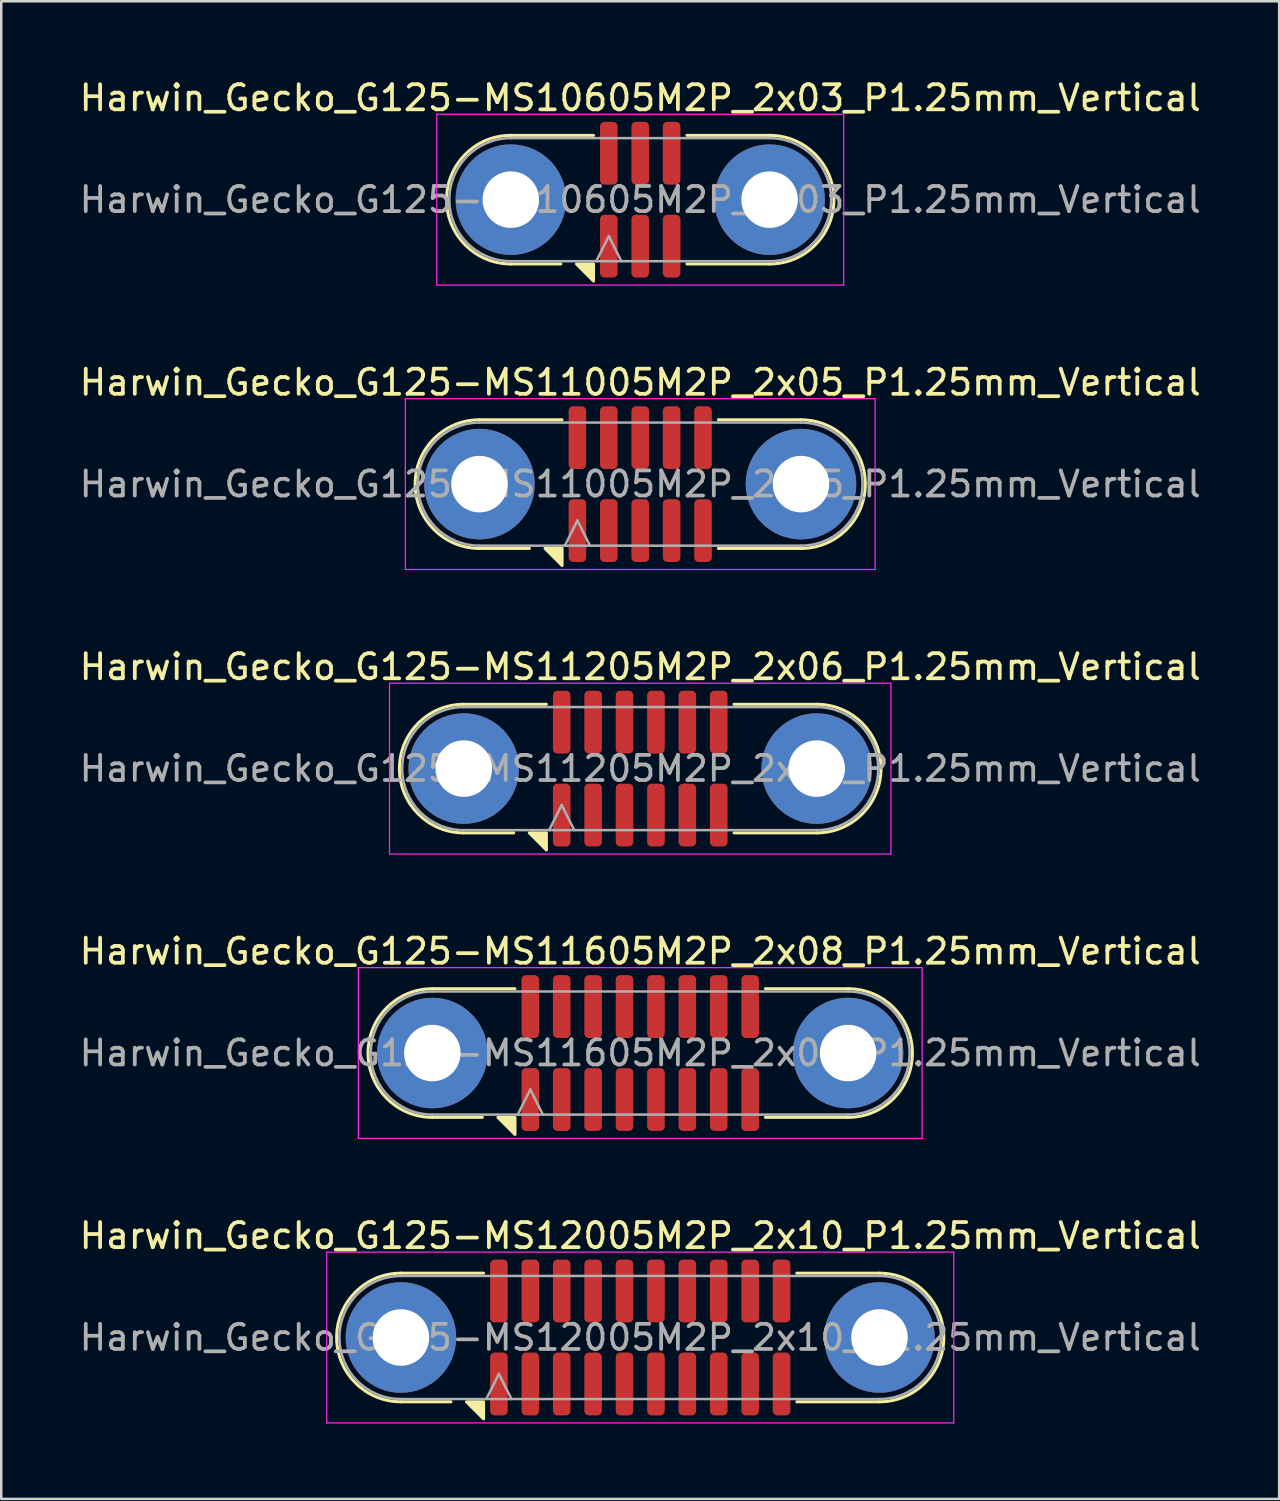
<source format=kicad_pcb>
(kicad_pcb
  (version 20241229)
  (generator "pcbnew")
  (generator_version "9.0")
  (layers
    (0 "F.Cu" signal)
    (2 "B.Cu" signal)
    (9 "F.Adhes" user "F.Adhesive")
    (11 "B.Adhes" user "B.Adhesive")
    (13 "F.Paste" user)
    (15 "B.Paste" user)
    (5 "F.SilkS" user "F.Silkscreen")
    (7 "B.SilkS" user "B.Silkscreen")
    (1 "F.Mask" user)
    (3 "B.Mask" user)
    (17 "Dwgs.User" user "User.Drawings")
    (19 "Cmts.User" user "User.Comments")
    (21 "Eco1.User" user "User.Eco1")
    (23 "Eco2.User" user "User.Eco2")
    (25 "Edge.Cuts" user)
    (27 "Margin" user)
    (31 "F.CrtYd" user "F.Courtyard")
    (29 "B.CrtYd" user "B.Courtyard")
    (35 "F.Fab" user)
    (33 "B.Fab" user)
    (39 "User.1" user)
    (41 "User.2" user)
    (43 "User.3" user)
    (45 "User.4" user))
  (footprint "Harwin_Gecko_G125-MS11605M2P_2x08_P1.25mm_Vertical"
    (layer "F.Cu")
    (at 22.435 38.868)
    (property "Reference" "Harwin_Gecko_G125-MS11605M2P_2x08_P1.25mm_Vertical" (at 0 -4.05 0) (layer "F.SilkS") (effects (font (size 1 1) (thickness 0.15))))
    (attr smd)
    (fp_line (start -6.285 2.56) (end -8.275 2.56) (stroke (width 0.12) (type solid)) (layer "F.SilkS"))
    (fp_line (start -4.985 -2.56) (end -8.275 -2.56) (stroke (width 0.12) (type solid)) (layer "F.SilkS"))
    (fp_line (start 4.985 -2.56) (end 8.275 -2.56) (stroke (width 0.12) (type solid)) (layer "F.SilkS"))
    (fp_line (start 4.985 2.56) (end 8.275 2.56) (stroke (width 0.12) (type solid)) (layer "F.SilkS"))
    (fp_arc (start -8.275 2.56) (mid -10.835 0) (end -8.275 -2.56) (stroke (width 0.12) (type solid)) (layer "F.SilkS"))
    (fp_arc (start 8.275 -2.56) (mid 10.835 0) (end 8.275 2.56) (stroke (width 0.12) (type solid)) (layer "F.SilkS"))
    (fp_poly (pts (xy -4.985 2.56) (xy -4.985 3.24) (xy -5.665 2.56)) (stroke (width 0.12) (type solid)) (fill yes) (layer "F.SilkS"))
    (fp_line (start -11.22 -3.4) (end -11.22 3.4) (stroke (width 0.05) (type solid)) (layer "F.CrtYd"))
    (fp_line (start -11.22 3.4) (end 11.22 3.4) (stroke (width 0.05) (type solid)) (layer "F.CrtYd"))
    (fp_line (start 11.22 -3.4) (end -11.22 -3.4) (stroke (width 0.05) (type solid)) (layer "F.CrtYd"))
    (fp_line (start 11.22 3.4) (end 11.22 -3.4) (stroke (width 0.05) (type solid)) (layer "F.CrtYd"))
    (fp_line (start -8.275 -2.45) (end 8.275 -2.45) (stroke (width 0.1) (type solid)) (layer "F.Fab"))
    (fp_line (start -8.275 2.45) (end 8.275 2.45) (stroke (width 0.1) (type solid)) (layer "F.Fab"))
    (fp_line (start -4.875 2.45) (end -4.375 1.45) (stroke (width 0.1) (type solid)) (layer "F.Fab"))
    (fp_line (start -4.375 1.45) (end -3.875 2.45) (stroke (width 0.1) (type solid)) (layer "F.Fab"))
    (fp_arc (start -8.275 2.45) (mid -10.725 0) (end -8.275 -2.45) (stroke (width 0.1) (type solid)) (layer "F.Fab"))
    (fp_arc (start 8.275 -2.45) (mid 10.725 0) (end 8.275 2.45) (stroke (width 0.1) (type solid)) (layer "F.Fab"))
    (fp_text user "${REFERENCE}" (at 0 0 0) (layer "F.Fab") (effects (font (size 1 1) (thickness 0.15))))
    (pad "1" smd roundrect (at -4.375 1.85) (size 0.7 2.5) (layers "F.Cu" "F.Mask" "F.Paste") (roundrect_rratio 0.25))
    (pad "2" smd roundrect (at -3.125 1.85) (size 0.7 2.5) (layers "F.Cu" "F.Mask" "F.Paste") (roundrect_rratio 0.25))
    (pad "3" smd roundrect (at -1.875 1.85) (size 0.7 2.5) (layers "F.Cu" "F.Mask" "F.Paste") (roundrect_rratio 0.25))
    (pad "4" smd roundrect (at -0.625 1.85) (size 0.7 2.5) (layers "F.Cu" "F.Mask" "F.Paste") (roundrect_rratio 0.25))
    (pad "5" smd roundrect (at 0.625 1.85) (size 0.7 2.5) (layers "F.Cu" "F.Mask" "F.Paste") (roundrect_rratio 0.25))
    (pad "6" smd roundrect (at 1.875 1.85) (size 0.7 2.5) (layers "F.Cu" "F.Mask" "F.Paste") (roundrect_rratio 0.25))
    (pad "7" smd roundrect (at 3.125 1.85) (size 0.7 2.5) (layers "F.Cu" "F.Mask" "F.Paste") (roundrect_rratio 0.25))
    (pad "8" smd roundrect (at 4.375 1.85) (size 0.7 2.5) (layers "F.Cu" "F.Mask" "F.Paste") (roundrect_rratio 0.25))
    (pad "9" smd roundrect (at -4.375 -1.85) (size 0.7 2.5) (layers "F.Cu" "F.Mask" "F.Paste") (roundrect_rratio 0.25))
    (pad "10" smd roundrect (at -3.125 -1.85) (size 0.7 2.5) (layers "F.Cu" "F.Mask" "F.Paste") (roundrect_rratio 0.25))
    (pad "11" smd roundrect (at -1.875 -1.85) (size 0.7 2.5) (layers "F.Cu" "F.Mask" "F.Paste") (roundrect_rratio 0.25))
    (pad "12" smd roundrect (at -0.625 -1.85) (size 0.7 2.5) (layers "F.Cu" "F.Mask" "F.Paste") (roundrect_rratio 0.25))
    (pad "13" smd roundrect (at 0.625 -1.85) (size 0.7 2.5) (layers "F.Cu" "F.Mask" "F.Paste") (roundrect_rratio 0.25))
    (pad "14" smd roundrect (at 1.875 -1.85) (size 0.7 2.5) (layers "F.Cu" "F.Mask" "F.Paste") (roundrect_rratio 0.25))
    (pad "15" smd roundrect (at 3.125 -1.85) (size 0.7 2.5) (layers "F.Cu" "F.Mask" "F.Paste") (roundrect_rratio 0.25))
    (pad "16" smd roundrect (at 4.375 -1.85) (size 0.7 2.5) (layers "F.Cu" "F.Mask" "F.Paste") (roundrect_rratio 0.25))
    (pad "MP" thru_hole circle (at -8.275 0) (size 4.4 4.4) (drill 2.25) (layers "*.Cu" "*.Mask"))
    (pad "MP" thru_hole circle (at 8.275 0) (size 4.4 4.4) (drill 2.25) (layers "*.Cu" "*.Mask")))
  (footprint "Harwin_Gecko_G125-MS11005M2P_2x05_P1.25mm_Vertical"
    (layer "F.Cu")
    (at 22.435 16.221)
    (property "Reference" "Harwin_Gecko_G125-MS11005M2P_2x05_P1.25mm_Vertical" (at 0 -4.05 0) (layer "F.SilkS") (effects (font (size 1 1) (thickness 0.15))))
    (attr smd)
    (fp_line (start -4.41 2.56) (end -6.4 2.56) (stroke (width 0.12) (type solid)) (layer "F.SilkS"))
    (fp_line (start -3.11 -2.56) (end -6.4 -2.56) (stroke (width 0.12) (type solid)) (layer "F.SilkS"))
    (fp_line (start 3.11 -2.56) (end 6.4 -2.56) (stroke (width 0.12) (type solid)) (layer "F.SilkS"))
    (fp_line (start 3.11 2.56) (end 6.4 2.56) (stroke (width 0.12) (type solid)) (layer "F.SilkS"))
    (fp_arc (start -6.4 2.56) (mid -8.96 0) (end -6.4 -2.56) (stroke (width 0.12) (type solid)) (layer "F.SilkS"))
    (fp_arc (start 6.4 -2.56) (mid 8.96 0) (end 6.4 2.56) (stroke (width 0.12) (type solid)) (layer "F.SilkS"))
    (fp_poly (pts (xy -3.11 2.56) (xy -3.11 3.24) (xy -3.79 2.56)) (stroke (width 0.12) (type solid)) (fill yes) (layer "F.SilkS"))
    (fp_line (start -9.35 -3.4) (end -9.35 3.4) (stroke (width 0.05) (type solid)) (layer "F.CrtYd"))
    (fp_line (start -9.35 3.4) (end 9.35 3.4) (stroke (width 0.05) (type solid)) (layer "F.CrtYd"))
    (fp_line (start 9.35 -3.4) (end -9.35 -3.4) (stroke (width 0.05) (type solid)) (layer "F.CrtYd"))
    (fp_line (start 9.35 3.4) (end 9.35 -3.4) (stroke (width 0.05) (type solid)) (layer "F.CrtYd"))
    (fp_line (start -6.4 -2.45) (end 6.4 -2.45) (stroke (width 0.1) (type solid)) (layer "F.Fab"))
    (fp_line (start -6.4 2.45) (end 6.4 2.45) (stroke (width 0.1) (type solid)) (layer "F.Fab"))
    (fp_line (start -3 2.45) (end -2.5 1.45) (stroke (width 0.1) (type solid)) (layer "F.Fab"))
    (fp_line (start -2.5 1.45) (end -2 2.45) (stroke (width 0.1) (type solid)) (layer "F.Fab"))
    (fp_arc (start -6.4 2.45) (mid -8.85 0) (end -6.4 -2.45) (stroke (width 0.1) (type solid)) (layer "F.Fab"))
    (fp_arc (start 6.4 -2.45) (mid 8.85 0) (end 6.4 2.45) (stroke (width 0.1) (type solid)) (layer "F.Fab"))
    (fp_text user "${REFERENCE}" (at 0 0 0) (layer "F.Fab") (effects (font (size 1 1) (thickness 0.15))))
    (pad "1" smd roundrect (at -2.5 1.85) (size 0.7 2.5) (layers "F.Cu" "F.Mask" "F.Paste") (roundrect_rratio 0.25))
    (pad "2" smd roundrect (at -1.25 1.85) (size 0.7 2.5) (layers "F.Cu" "F.Mask" "F.Paste") (roundrect_rratio 0.25))
    (pad "3" smd roundrect (at 0 1.85) (size 0.7 2.5) (layers "F.Cu" "F.Mask" "F.Paste") (roundrect_rratio 0.25))
    (pad "4" smd roundrect (at 1.25 1.85) (size 0.7 2.5) (layers "F.Cu" "F.Mask" "F.Paste") (roundrect_rratio 0.25))
    (pad "5" smd roundrect (at 2.5 1.85) (size 0.7 2.5) (layers "F.Cu" "F.Mask" "F.Paste") (roundrect_rratio 0.25))
    (pad "6" smd roundrect (at -2.5 -1.85) (size 0.7 2.5) (layers "F.Cu" "F.Mask" "F.Paste") (roundrect_rratio 0.25))
    (pad "7" smd roundrect (at -1.25 -1.85) (size 0.7 2.5) (layers "F.Cu" "F.Mask" "F.Paste") (roundrect_rratio 0.25))
    (pad "8" smd roundrect (at 0 -1.85) (size 0.7 2.5) (layers "F.Cu" "F.Mask" "F.Paste") (roundrect_rratio 0.25))
    (pad "9" smd roundrect (at 1.25 -1.85) (size 0.7 2.5) (layers "F.Cu" "F.Mask" "F.Paste") (roundrect_rratio 0.25))
    (pad "10" smd roundrect (at 2.5 -1.85) (size 0.7 2.5) (layers "F.Cu" "F.Mask" "F.Paste") (roundrect_rratio 0.25))
    (pad "MP" thru_hole circle (at -6.4 0) (size 4.4 4.4) (drill 2.25) (layers "*.Cu" "*.Mask"))
    (pad "MP" thru_hole circle (at 6.4 0) (size 4.4 4.4) (drill 2.25) (layers "*.Cu" "*.Mask")))
  (footprint "Harwin_Gecko_G125-MS11205M2P_2x06_P1.25mm_Vertical"
    (layer "F.Cu")
    (at 22.435 27.545)
    (property "Reference" "Harwin_Gecko_G125-MS11205M2P_2x06_P1.25mm_Vertical" (at 0 -4.05 0) (layer "F.SilkS") (effects (font (size 1 1) (thickness 0.15))))
    (attr smd)
    (fp_line (start -5.035 2.56) (end -7.025 2.56) (stroke (width 0.12) (type solid)) (layer "F.SilkS"))
    (fp_line (start -3.735 -2.56) (end -7.025 -2.56) (stroke (width 0.12) (type solid)) (layer "F.SilkS"))
    (fp_line (start 3.735 -2.56) (end 7.025 -2.56) (stroke (width 0.12) (type solid)) (layer "F.SilkS"))
    (fp_line (start 3.735 2.56) (end 7.025 2.56) (stroke (width 0.12) (type solid)) (layer "F.SilkS"))
    (fp_arc (start -7.025 2.56) (mid -9.585 0) (end -7.025 -2.56) (stroke (width 0.12) (type solid)) (layer "F.SilkS"))
    (fp_arc (start 7.025 -2.56) (mid 9.585 0) (end 7.025 2.56) (stroke (width 0.12) (type solid)) (layer "F.SilkS"))
    (fp_poly (pts (xy -3.735 2.56) (xy -3.735 3.24) (xy -4.415 2.56)) (stroke (width 0.12) (type solid)) (fill yes) (layer "F.SilkS"))
    (fp_line (start -9.98 -3.4) (end -9.98 3.4) (stroke (width 0.05) (type solid)) (layer "F.CrtYd"))
    (fp_line (start -9.98 3.4) (end 9.98 3.4) (stroke (width 0.05) (type solid)) (layer "F.CrtYd"))
    (fp_line (start 9.98 -3.4) (end -9.98 -3.4) (stroke (width 0.05) (type solid)) (layer "F.CrtYd"))
    (fp_line (start 9.98 3.4) (end 9.98 -3.4) (stroke (width 0.05) (type solid)) (layer "F.CrtYd"))
    (fp_line (start -7.025 -2.45) (end 7.025 -2.45) (stroke (width 0.1) (type solid)) (layer "F.Fab"))
    (fp_line (start -7.025 2.45) (end 7.025 2.45) (stroke (width 0.1) (type solid)) (layer "F.Fab"))
    (fp_line (start -3.625 2.45) (end -3.125 1.45) (stroke (width 0.1) (type solid)) (layer "F.Fab"))
    (fp_line (start -3.125 1.45) (end -2.625 2.45) (stroke (width 0.1) (type solid)) (layer "F.Fab"))
    (fp_arc (start -7.025 2.45) (mid -9.475 0) (end -7.025 -2.45) (stroke (width 0.1) (type solid)) (layer "F.Fab"))
    (fp_arc (start 7.025 -2.45) (mid 9.475 0) (end 7.025 2.45) (stroke (width 0.1) (type solid)) (layer "F.Fab"))
    (fp_text user "${REFERENCE}" (at 0 0 0) (layer "F.Fab") (effects (font (size 1 1) (thickness 0.15))))
    (pad "1" smd roundrect (at -3.125 1.85) (size 0.7 2.5) (layers "F.Cu" "F.Mask" "F.Paste") (roundrect_rratio 0.25))
    (pad "2" smd roundrect (at -1.875 1.85) (size 0.7 2.5) (layers "F.Cu" "F.Mask" "F.Paste") (roundrect_rratio 0.25))
    (pad "3" smd roundrect (at -0.625 1.85) (size 0.7 2.5) (layers "F.Cu" "F.Mask" "F.Paste") (roundrect_rratio 0.25))
    (pad "4" smd roundrect (at 0.625 1.85) (size 0.7 2.5) (layers "F.Cu" "F.Mask" "F.Paste") (roundrect_rratio 0.25))
    (pad "5" smd roundrect (at 1.875 1.85) (size 0.7 2.5) (layers "F.Cu" "F.Mask" "F.Paste") (roundrect_rratio 0.25))
    (pad "6" smd roundrect (at 3.125 1.85) (size 0.7 2.5) (layers "F.Cu" "F.Mask" "F.Paste") (roundrect_rratio 0.25))
    (pad "7" smd roundrect (at -3.125 -1.85) (size 0.7 2.5) (layers "F.Cu" "F.Mask" "F.Paste") (roundrect_rratio 0.25))
    (pad "8" smd roundrect (at -1.875 -1.85) (size 0.7 2.5) (layers "F.Cu" "F.Mask" "F.Paste") (roundrect_rratio 0.25))
    (pad "9" smd roundrect (at -0.625 -1.85) (size 0.7 2.5) (layers "F.Cu" "F.Mask" "F.Paste") (roundrect_rratio 0.25))
    (pad "10" smd roundrect (at 0.625 -1.85) (size 0.7 2.5) (layers "F.Cu" "F.Mask" "F.Paste") (roundrect_rratio 0.25))
    (pad "11" smd roundrect (at 1.875 -1.85) (size 0.7 2.5) (layers "F.Cu" "F.Mask" "F.Paste") (roundrect_rratio 0.25))
    (pad "12" smd roundrect (at 3.125 -1.85) (size 0.7 2.5) (layers "F.Cu" "F.Mask" "F.Paste") (roundrect_rratio 0.25))
    (pad "MP" thru_hole circle (at -7.025 0) (size 4.4 4.4) (drill 2.25) (layers "*.Cu" "*.Mask"))
    (pad "MP" thru_hole circle (at 7.025 0) (size 4.4 4.4) (drill 2.25) (layers "*.Cu" "*.Mask")))
  (footprint "Harwin_Gecko_G125-MS12005M2P_2x10_P1.25mm_Vertical"
    (layer "F.Cu")
    (at 22.435 50.191)
    (property "Reference" "Harwin_Gecko_G125-MS12005M2P_2x10_P1.25mm_Vertical" (at 0 -4.05 0) (layer "F.SilkS") (effects (font (size 1 1) (thickness 0.15))))
    (attr smd)
    (fp_line (start -7.535 2.56) (end -9.525 2.56) (stroke (width 0.12) (type solid)) (layer "F.SilkS"))
    (fp_line (start -6.235 -2.56) (end -9.525 -2.56) (stroke (width 0.12) (type solid)) (layer "F.SilkS"))
    (fp_line (start 6.235 -2.56) (end 9.525 -2.56) (stroke (width 0.12) (type solid)) (layer "F.SilkS"))
    (fp_line (start 6.235 2.56) (end 9.525 2.56) (stroke (width 0.12) (type solid)) (layer "F.SilkS"))
    (fp_arc (start -9.525 2.56) (mid -12.085 0) (end -9.525 -2.56) (stroke (width 0.12) (type solid)) (layer "F.SilkS"))
    (fp_arc (start 9.525 -2.56) (mid 12.085 0) (end 9.525 2.56) (stroke (width 0.12) (type solid)) (layer "F.SilkS"))
    (fp_poly (pts (xy -6.235 2.56) (xy -6.235 3.24) (xy -6.915 2.56)) (stroke (width 0.12) (type solid)) (fill yes) (layer "F.SilkS"))
    (fp_line (start -12.48 -3.4) (end -12.48 3.4) (stroke (width 0.05) (type solid)) (layer "F.CrtYd"))
    (fp_line (start -12.48 3.4) (end 12.48 3.4) (stroke (width 0.05) (type solid)) (layer "F.CrtYd"))
    (fp_line (start 12.48 -3.4) (end -12.48 -3.4) (stroke (width 0.05) (type solid)) (layer "F.CrtYd"))
    (fp_line (start 12.48 3.4) (end 12.48 -3.4) (stroke (width 0.05) (type solid)) (layer "F.CrtYd"))
    (fp_line (start -9.525 -2.45) (end 9.525 -2.45) (stroke (width 0.1) (type solid)) (layer "F.Fab"))
    (fp_line (start -9.525 2.45) (end 9.525 2.45) (stroke (width 0.1) (type solid)) (layer "F.Fab"))
    (fp_line (start -6.125 2.45) (end -5.625 1.45) (stroke (width 0.1) (type solid)) (layer "F.Fab"))
    (fp_line (start -5.625 1.45) (end -5.125 2.45) (stroke (width 0.1) (type solid)) (layer "F.Fab"))
    (fp_arc (start -9.525 2.45) (mid -11.975 0) (end -9.525 -2.45) (stroke (width 0.1) (type solid)) (layer "F.Fab"))
    (fp_arc (start 9.525 -2.45) (mid 11.975 0) (end 9.525 2.45) (stroke (width 0.1) (type solid)) (layer "F.Fab"))
    (fp_text user "${REFERENCE}" (at 0 0 0) (layer "F.Fab") (effects (font (size 1 1) (thickness 0.15))))
    (pad "1" smd roundrect (at -5.625 1.85) (size 0.7 2.5) (layers "F.Cu" "F.Mask" "F.Paste") (roundrect_rratio 0.25))
    (pad "2" smd roundrect (at -4.375 1.85) (size 0.7 2.5) (layers "F.Cu" "F.Mask" "F.Paste") (roundrect_rratio 0.25))
    (pad "3" smd roundrect (at -3.125 1.85) (size 0.7 2.5) (layers "F.Cu" "F.Mask" "F.Paste") (roundrect_rratio 0.25))
    (pad "4" smd roundrect (at -1.875 1.85) (size 0.7 2.5) (layers "F.Cu" "F.Mask" "F.Paste") (roundrect_rratio 0.25))
    (pad "5" smd roundrect (at -0.625 1.85) (size 0.7 2.5) (layers "F.Cu" "F.Mask" "F.Paste") (roundrect_rratio 0.25))
    (pad "6" smd roundrect (at 0.625 1.85) (size 0.7 2.5) (layers "F.Cu" "F.Mask" "F.Paste") (roundrect_rratio 0.25))
    (pad "7" smd roundrect (at 1.875 1.85) (size 0.7 2.5) (layers "F.Cu" "F.Mask" "F.Paste") (roundrect_rratio 0.25))
    (pad "8" smd roundrect (at 3.125 1.85) (size 0.7 2.5) (layers "F.Cu" "F.Mask" "F.Paste") (roundrect_rratio 0.25))
    (pad "9" smd roundrect (at 4.375 1.85) (size 0.7 2.5) (layers "F.Cu" "F.Mask" "F.Paste") (roundrect_rratio 0.25))
    (pad "10" smd roundrect (at 5.625 1.85) (size 0.7 2.5) (layers "F.Cu" "F.Mask" "F.Paste") (roundrect_rratio 0.25))
    (pad "11" smd roundrect (at -5.625 -1.85) (size 0.7 2.5) (layers "F.Cu" "F.Mask" "F.Paste") (roundrect_rratio 0.25))
    (pad "12" smd roundrect (at -4.375 -1.85) (size 0.7 2.5) (layers "F.Cu" "F.Mask" "F.Paste") (roundrect_rratio 0.25))
    (pad "13" smd roundrect (at -3.125 -1.85) (size 0.7 2.5) (layers "F.Cu" "F.Mask" "F.Paste") (roundrect_rratio 0.25))
    (pad "14" smd roundrect (at -1.875 -1.85) (size 0.7 2.5) (layers "F.Cu" "F.Mask" "F.Paste") (roundrect_rratio 0.25))
    (pad "15" smd roundrect (at -0.625 -1.85) (size 0.7 2.5) (layers "F.Cu" "F.Mask" "F.Paste") (roundrect_rratio 0.25))
    (pad "16" smd roundrect (at 0.625 -1.85) (size 0.7 2.5) (layers "F.Cu" "F.Mask" "F.Paste") (roundrect_rratio 0.25))
    (pad "17" smd roundrect (at 1.875 -1.85) (size 0.7 2.5) (layers "F.Cu" "F.Mask" "F.Paste") (roundrect_rratio 0.25))
    (pad "18" smd roundrect (at 3.125 -1.85) (size 0.7 2.5) (layers "F.Cu" "F.Mask" "F.Paste") (roundrect_rratio 0.25))
    (pad "19" smd roundrect (at 4.375 -1.85) (size 0.7 2.5) (layers "F.Cu" "F.Mask" "F.Paste") (roundrect_rratio 0.25))
    (pad "20" smd roundrect (at 5.625 -1.85) (size 0.7 2.5) (layers "F.Cu" "F.Mask" "F.Paste") (roundrect_rratio 0.25))
    (pad "MP" thru_hole circle (at -9.525 0) (size 4.4 4.4) (drill 2.25) (layers "*.Cu" "*.Mask"))
    (pad "MP" thru_hole circle (at 9.525 0) (size 4.4 4.4) (drill 2.25) (layers "*.Cu" "*.Mask")))
  (footprint "Harwin_Gecko_G125-MS10605M2P_2x03_P1.25mm_Vertical"
    (layer "F.Cu")
    (at 22.435 4.898)
    (property "Reference" "Harwin_Gecko_G125-MS10605M2P_2x03_P1.25mm_Vertical" (at 0 -4.05 0) (layer "F.SilkS") (effects (font (size 1 1) (thickness 0.15))))
    (attr smd)
    (fp_line (start -3.16 2.56) (end -5.15 2.56) (stroke (width 0.12) (type solid)) (layer "F.SilkS"))
    (fp_line (start -1.86 -2.56) (end -5.15 -2.56) (stroke (width 0.12) (type solid)) (layer "F.SilkS"))
    (fp_line (start 1.86 -2.56) (end 5.15 -2.56) (stroke (width 0.12) (type solid)) (layer "F.SilkS"))
    (fp_line (start 1.86 2.56) (end 5.15 2.56) (stroke (width 0.12) (type solid)) (layer "F.SilkS"))
    (fp_arc (start -5.15 2.56) (mid -7.71 0) (end -5.15 -2.56) (stroke (width 0.12) (type solid)) (layer "F.SilkS"))
    (fp_arc (start 5.15 -2.56) (mid 7.71 0) (end 5.15 2.56) (stroke (width 0.12) (type solid)) (layer "F.SilkS"))
    (fp_poly (pts (xy -1.86 2.56) (xy -1.86 3.24) (xy -2.54 2.56)) (stroke (width 0.12) (type solid)) (fill yes) (layer "F.SilkS"))
    (fp_line (start -8.1 -3.4) (end -8.1 3.4) (stroke (width 0.05) (type solid)) (layer "F.CrtYd"))
    (fp_line (start -8.1 3.4) (end 8.1 3.4) (stroke (width 0.05) (type solid)) (layer "F.CrtYd"))
    (fp_line (start 8.1 -3.4) (end -8.1 -3.4) (stroke (width 0.05) (type solid)) (layer "F.CrtYd"))
    (fp_line (start 8.1 3.4) (end 8.1 -3.4) (stroke (width 0.05) (type solid)) (layer "F.CrtYd"))
    (fp_line (start -5.15 -2.45) (end 5.15 -2.45) (stroke (width 0.1) (type solid)) (layer "F.Fab"))
    (fp_line (start -5.15 2.45) (end 5.15 2.45) (stroke (width 0.1) (type solid)) (layer "F.Fab"))
    (fp_line (start -1.75 2.45) (end -1.25 1.45) (stroke (width 0.1) (type solid)) (layer "F.Fab"))
    (fp_line (start -1.25 1.45) (end -0.75 2.45) (stroke (width 0.1) (type solid)) (layer "F.Fab"))
    (fp_arc (start -5.15 2.45) (mid -7.6 0) (end -5.15 -2.45) (stroke (width 0.1) (type solid)) (layer "F.Fab"))
    (fp_arc (start 5.15 -2.45) (mid 7.6 0) (end 5.15 2.45) (stroke (width 0.1) (type solid)) (layer "F.Fab"))
    (fp_text user "${REFERENCE}" (at 0 0 0) (layer "F.Fab") (effects (font (size 1 1) (thickness 0.15))))
    (pad "1" smd roundrect (at -1.25 1.85) (size 0.7 2.5) (layers "F.Cu" "F.Mask" "F.Paste") (roundrect_rratio 0.25))
    (pad "2" smd roundrect (at 0 1.85) (size 0.7 2.5) (layers "F.Cu" "F.Mask" "F.Paste") (roundrect_rratio 0.25))
    (pad "3" smd roundrect (at 1.25 1.85) (size 0.7 2.5) (layers "F.Cu" "F.Mask" "F.Paste") (roundrect_rratio 0.25))
    (pad "4" smd roundrect (at -1.25 -1.85) (size 0.7 2.5) (layers "F.Cu" "F.Mask" "F.Paste") (roundrect_rratio 0.25))
    (pad "5" smd roundrect (at 0 -1.85) (size 0.7 2.5) (layers "F.Cu" "F.Mask" "F.Paste") (roundrect_rratio 0.25))
    (pad "6" smd roundrect (at 1.25 -1.85) (size 0.7 2.5) (layers "F.Cu" "F.Mask" "F.Paste") (roundrect_rratio 0.25))
    (pad "MP" thru_hole circle (at -5.15 0) (size 4.4 4.4) (drill 2.25) (layers "*.Cu" "*.Mask"))
    (pad "MP" thru_hole circle (at 5.15 0) (size 4.4 4.4) (drill 2.25) (layers "*.Cu" "*.Mask")))
  (gr_rect
    (start -3 -3)
    (end 47.869 56.616)
    (stroke (width 0.1) (type default))
    (fill no)
    (layer "Edge.Cuts")))
</source>
